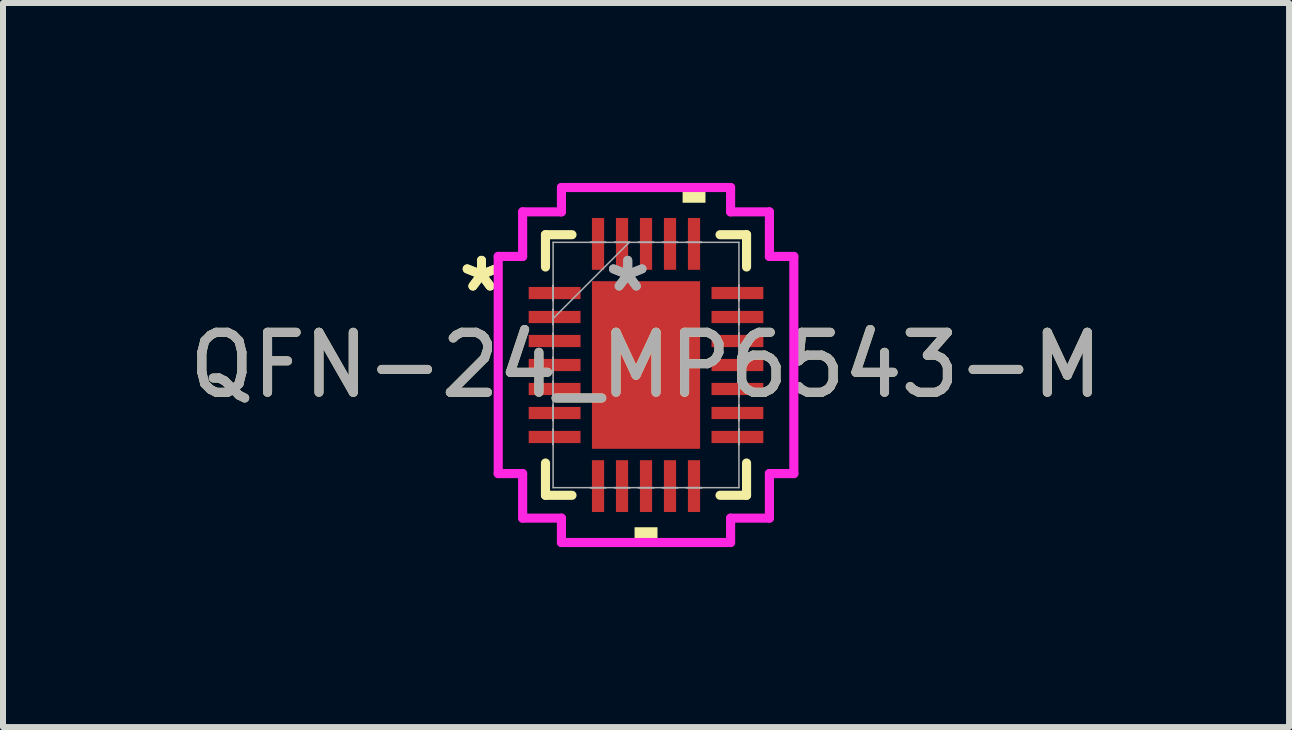
<source format=kicad_pcb>
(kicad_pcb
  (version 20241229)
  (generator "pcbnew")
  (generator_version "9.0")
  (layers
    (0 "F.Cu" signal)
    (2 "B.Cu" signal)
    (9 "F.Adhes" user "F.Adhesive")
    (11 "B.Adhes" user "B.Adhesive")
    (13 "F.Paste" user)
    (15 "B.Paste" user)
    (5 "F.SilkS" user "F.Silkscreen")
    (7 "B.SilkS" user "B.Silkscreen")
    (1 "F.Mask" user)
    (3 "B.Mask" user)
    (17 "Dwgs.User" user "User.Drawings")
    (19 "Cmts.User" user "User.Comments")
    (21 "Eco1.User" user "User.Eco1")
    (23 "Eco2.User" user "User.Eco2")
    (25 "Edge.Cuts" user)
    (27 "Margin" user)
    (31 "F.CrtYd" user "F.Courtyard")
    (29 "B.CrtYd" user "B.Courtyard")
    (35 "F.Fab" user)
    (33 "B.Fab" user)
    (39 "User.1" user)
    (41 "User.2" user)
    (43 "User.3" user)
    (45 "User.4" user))
  (footprint "QFN-24_MP6543-M"
    (layer "F.Cu")
    (at 7.72 3.035)
    (property "Reference" "QFN-24_MP6543-M" (at 0 0 0) (unlocked yes) (layer "F.SilkS") (effects (font (size 1 1) (thickness 0.15))))
    (attr smd)
    (fp_line (start -1.676 -2.172) (end -1.676 -1.634) (stroke (width 0.152) (type solid)) (layer "F.SilkS"))
    (fp_line (start -1.676 1.634) (end -1.676 2.172) (stroke (width 0.152) (type solid)) (layer "F.SilkS"))
    (fp_line (start -1.676 2.172) (end -1.234 2.172) (stroke (width 0.152) (type solid)) (layer "F.SilkS"))
    (fp_line (start -1.234 -2.172) (end -1.676 -2.172) (stroke (width 0.152) (type solid)) (layer "F.SilkS"))
    (fp_line (start 1.234 2.172) (end 1.676 2.172) (stroke (width 0.152) (type solid)) (layer "F.SilkS"))
    (fp_line (start 1.676 -2.172) (end 1.234 -2.172) (stroke (width 0.152) (type solid)) (layer "F.SilkS"))
    (fp_line (start 1.676 -1.634) (end 1.676 -2.172) (stroke (width 0.152) (type solid)) (layer "F.SilkS"))
    (fp_line (start 1.676 2.172) (end 1.676 1.634) (stroke (width 0.152) (type solid)) (layer "F.SilkS"))
    (fp_poly (pts (xy -0.191 2.705) (xy -0.191 2.959) (xy 0.191 2.959) (xy 0.191 2.705)) (stroke (width 0) (type solid)) (fill yes) (layer "F.SilkS"))
    (fp_poly (pts (xy 0.61 -2.705) (xy 0.61 -2.959) (xy 0.991 -2.959) (xy 0.991 -2.705)) (stroke (width 0) (type solid)) (fill yes) (layer "F.SilkS"))
    (fp_line (start -2.464 -1.81) (end -2.057 -1.81) (stroke (width 0.152) (type solid)) (layer "F.CrtYd"))
    (fp_line (start -2.464 1.81) (end -2.464 -1.81) (stroke (width 0.152) (type solid)) (layer "F.CrtYd"))
    (fp_line (start -2.057 -2.553) (end -1.41 -2.553) (stroke (width 0.152) (type solid)) (layer "F.CrtYd"))
    (fp_line (start -2.057 -1.81) (end -2.057 -2.553) (stroke (width 0.152) (type solid)) (layer "F.CrtYd"))
    (fp_line (start -2.057 1.81) (end -2.464 1.81) (stroke (width 0.152) (type solid)) (layer "F.CrtYd"))
    (fp_line (start -2.057 2.553) (end -2.057 1.81) (stroke (width 0.152) (type solid)) (layer "F.CrtYd"))
    (fp_line (start -1.41 -2.959) (end 1.41 -2.959) (stroke (width 0.152) (type solid)) (layer "F.CrtYd"))
    (fp_line (start -1.41 -2.553) (end -1.41 -2.959) (stroke (width 0.152) (type solid)) (layer "F.CrtYd"))
    (fp_line (start -1.41 2.553) (end -2.057 2.553) (stroke (width 0.152) (type solid)) (layer "F.CrtYd"))
    (fp_line (start -1.41 2.959) (end -1.41 2.553) (stroke (width 0.152) (type solid)) (layer "F.CrtYd"))
    (fp_line (start 1.41 -2.959) (end 1.41 -2.553) (stroke (width 0.152) (type solid)) (layer "F.CrtYd"))
    (fp_line (start 1.41 -2.553) (end 2.057 -2.553) (stroke (width 0.152) (type solid)) (layer "F.CrtYd"))
    (fp_line (start 1.41 2.553) (end 1.41 2.959) (stroke (width 0.152) (type solid)) (layer "F.CrtYd"))
    (fp_line (start 1.41 2.959) (end -1.41 2.959) (stroke (width 0.152) (type solid)) (layer "F.CrtYd"))
    (fp_line (start 2.057 -2.553) (end 2.057 -1.81) (stroke (width 0.152) (type solid)) (layer "F.CrtYd"))
    (fp_line (start 2.057 -1.81) (end 2.464 -1.81) (stroke (width 0.152) (type solid)) (layer "F.CrtYd"))
    (fp_line (start 2.057 1.81) (end 2.057 2.553) (stroke (width 0.152) (type solid)) (layer "F.CrtYd"))
    (fp_line (start 2.057 2.553) (end 1.41 2.553) (stroke (width 0.152) (type solid)) (layer "F.CrtYd"))
    (fp_line (start 2.464 -1.81) (end 2.464 1.81) (stroke (width 0.152) (type solid)) (layer "F.CrtYd"))
    (fp_line (start 2.464 1.81) (end 2.057 1.81) (stroke (width 0.152) (type solid)) (layer "F.CrtYd"))
    (fp_line (start -1.549 -2.045) (end -1.549 2.045) (stroke (width 0.025) (type solid)) (layer "F.Fab"))
    (fp_line (start -1.549 -1.327) (end -1.549 -1.327) (stroke (width 0.025) (type solid)) (layer "F.Fab"))
    (fp_line (start -1.549 -1.327) (end -1.549 -1.073) (stroke (width 0.025) (type solid)) (layer "F.Fab"))
    (fp_line (start -1.549 -1.073) (end -1.549 -1.327) (stroke (width 0.025) (type solid)) (layer "F.Fab"))
    (fp_line (start -1.549 -1.073) (end -1.549 -1.073) (stroke (width 0.025) (type solid)) (layer "F.Fab"))
    (fp_line (start -1.549 -0.927) (end -1.549 -0.927) (stroke (width 0.025) (type solid)) (layer "F.Fab"))
    (fp_line (start -1.549 -0.927) (end -1.549 -0.673) (stroke (width 0.025) (type solid)) (layer "F.Fab"))
    (fp_line (start -1.549 -0.775) (end -0.279 -2.045) (stroke (width 0.025) (type solid)) (layer "F.Fab"))
    (fp_line (start -1.549 -0.673) (end -1.549 -0.927) (stroke (width 0.025) (type solid)) (layer "F.Fab"))
    (fp_line (start -1.549 -0.673) (end -1.549 -0.673) (stroke (width 0.025) (type solid)) (layer "F.Fab"))
    (fp_line (start -1.549 -0.527) (end -1.549 -0.527) (stroke (width 0.025) (type solid)) (layer "F.Fab"))
    (fp_line (start -1.549 -0.527) (end -1.549 -0.273) (stroke (width 0.025) (type solid)) (layer "F.Fab"))
    (fp_line (start -1.549 -0.273) (end -1.549 -0.527) (stroke (width 0.025) (type solid)) (layer "F.Fab"))
    (fp_line (start -1.549 -0.273) (end -1.549 -0.273) (stroke (width 0.025) (type solid)) (layer "F.Fab"))
    (fp_line (start -1.549 -0.127) (end -1.549 -0.127) (stroke (width 0.025) (type solid)) (layer "F.Fab"))
    (fp_line (start -1.549 -0.127) (end -1.549 0.127) (stroke (width 0.025) (type solid)) (layer "F.Fab"))
    (fp_line (start -1.549 0.127) (end -1.549 -0.127) (stroke (width 0.025) (type solid)) (layer "F.Fab"))
    (fp_line (start -1.549 0.127) (end -1.549 0.127) (stroke (width 0.025) (type solid)) (layer "F.Fab"))
    (fp_line (start -1.549 0.273) (end -1.549 0.273) (stroke (width 0.025) (type solid)) (layer "F.Fab"))
    (fp_line (start -1.549 0.273) (end -1.549 0.527) (stroke (width 0.025) (type solid)) (layer "F.Fab"))
    (fp_line (start -1.549 0.527) (end -1.549 0.273) (stroke (width 0.025) (type solid)) (layer "F.Fab"))
    (fp_line (start -1.549 0.527) (end -1.549 0.527) (stroke (width 0.025) (type solid)) (layer "F.Fab"))
    (fp_line (start -1.549 0.673) (end -1.549 0.673) (stroke (width 0.025) (type solid)) (layer "F.Fab"))
    (fp_line (start -1.549 0.673) (end -1.549 0.927) (stroke (width 0.025) (type solid)) (layer "F.Fab"))
    (fp_line (start -1.549 0.927) (end -1.549 0.673) (stroke (width 0.025) (type solid)) (layer "F.Fab"))
    (fp_line (start -1.549 0.927) (end -1.549 0.927) (stroke (width 0.025) (type solid)) (layer "F.Fab"))
    (fp_line (start -1.549 1.073) (end -1.549 1.073) (stroke (width 0.025) (type solid)) (layer "F.Fab"))
    (fp_line (start -1.549 1.073) (end -1.549 1.327) (stroke (width 0.025) (type solid)) (layer "F.Fab"))
    (fp_line (start -1.549 1.327) (end -1.549 1.073) (stroke (width 0.025) (type solid)) (layer "F.Fab"))
    (fp_line (start -1.549 1.327) (end -1.549 1.327) (stroke (width 0.025) (type solid)) (layer "F.Fab"))
    (fp_line (start -1.549 2.045) (end 1.549 2.045) (stroke (width 0.025) (type solid)) (layer "F.Fab"))
    (fp_line (start -0.927 -2.045) (end -0.927 -2.045) (stroke (width 0.025) (type solid)) (layer "F.Fab"))
    (fp_line (start -0.927 -2.045) (end -0.673 -2.045) (stroke (width 0.025) (type solid)) (layer "F.Fab"))
    (fp_line (start -0.927 2.045) (end -0.927 2.045) (stroke (width 0.025) (type solid)) (layer "F.Fab"))
    (fp_line (start -0.927 2.045) (end -0.673 2.045) (stroke (width 0.025) (type solid)) (layer "F.Fab"))
    (fp_line (start -0.673 -2.045) (end -0.927 -2.045) (stroke (width 0.025) (type solid)) (layer "F.Fab"))
    (fp_line (start -0.673 -2.045) (end -0.673 -2.045) (stroke (width 0.025) (type solid)) (layer "F.Fab"))
    (fp_line (start -0.673 2.045) (end -0.927 2.045) (stroke (width 0.025) (type solid)) (layer "F.Fab"))
    (fp_line (start -0.673 2.045) (end -0.673 2.045) (stroke (width 0.025) (type solid)) (layer "F.Fab"))
    (fp_line (start -0.527 -2.045) (end -0.527 -2.045) (stroke (width 0.025) (type solid)) (layer "F.Fab"))
    (fp_line (start -0.527 -2.045) (end -0.273 -2.045) (stroke (width 0.025) (type solid)) (layer "F.Fab"))
    (fp_line (start -0.527 2.045) (end -0.527 2.045) (stroke (width 0.025) (type solid)) (layer "F.Fab"))
    (fp_line (start -0.527 2.045) (end -0.273 2.045) (stroke (width 0.025) (type solid)) (layer "F.Fab"))
    (fp_line (start -0.273 -2.045) (end -0.527 -2.045) (stroke (width 0.025) (type solid)) (layer "F.Fab"))
    (fp_line (start -0.273 -2.045) (end -0.273 -2.045) (stroke (width 0.025) (type solid)) (layer "F.Fab"))
    (fp_line (start -0.273 2.045) (end -0.527 2.045) (stroke (width 0.025) (type solid)) (layer "F.Fab"))
    (fp_line (start -0.273 2.045) (end -0.273 2.045) (stroke (width 0.025) (type solid)) (layer "F.Fab"))
    (fp_line (start -0.127 -2.045) (end -0.127 -2.045) (stroke (width 0.025) (type solid)) (layer "F.Fab"))
    (fp_line (start -0.127 -2.045) (end 0.127 -2.045) (stroke (width 0.025) (type solid)) (layer "F.Fab"))
    (fp_line (start -0.127 2.045) (end -0.127 2.045) (stroke (width 0.025) (type solid)) (layer "F.Fab"))
    (fp_line (start -0.127 2.045) (end 0.127 2.045) (stroke (width 0.025) (type solid)) (layer "F.Fab"))
    (fp_line (start 0.127 -2.045) (end -0.127 -2.045) (stroke (width 0.025) (type solid)) (layer "F.Fab"))
    (fp_line (start 0.127 -2.045) (end 0.127 -2.045) (stroke (width 0.025) (type solid)) (layer "F.Fab"))
    (fp_line (start 0.127 2.045) (end -0.127 2.045) (stroke (width 0.025) (type solid)) (layer "F.Fab"))
    (fp_line (start 0.127 2.045) (end 0.127 2.045) (stroke (width 0.025) (type solid)) (layer "F.Fab"))
    (fp_line (start 0.273 -2.045) (end 0.273 -2.045) (stroke (width 0.025) (type solid)) (layer "F.Fab"))
    (fp_line (start 0.273 -2.045) (end 0.527 -2.045) (stroke (width 0.025) (type solid)) (layer "F.Fab"))
    (fp_line (start 0.273 2.045) (end 0.273 2.045) (stroke (width 0.025) (type solid)) (layer "F.Fab"))
    (fp_line (start 0.273 2.045) (end 0.527 2.045) (stroke (width 0.025) (type solid)) (layer "F.Fab"))
    (fp_line (start 0.527 -2.045) (end 0.273 -2.045) (stroke (width 0.025) (type solid)) (layer "F.Fab"))
    (fp_line (start 0.527 -2.045) (end 0.527 -2.045) (stroke (width 0.025) (type solid)) (layer "F.Fab"))
    (fp_line (start 0.527 2.045) (end 0.273 2.045) (stroke (width 0.025) (type solid)) (layer "F.Fab"))
    (fp_line (start 0.527 2.045) (end 0.527 2.045) (stroke (width 0.025) (type solid)) (layer "F.Fab"))
    (fp_line (start 0.673 -2.045) (end 0.673 -2.045) (stroke (width 0.025) (type solid)) (layer "F.Fab"))
    (fp_line (start 0.673 -2.045) (end 0.927 -2.045) (stroke (width 0.025) (type solid)) (layer "F.Fab"))
    (fp_line (start 0.673 2.045) (end 0.673 2.045) (stroke (width 0.025) (type solid)) (layer "F.Fab"))
    (fp_line (start 0.673 2.045) (end 0.927 2.045) (stroke (width 0.025) (type solid)) (layer "F.Fab"))
    (fp_line (start 0.927 -2.045) (end 0.673 -2.045) (stroke (width 0.025) (type solid)) (layer "F.Fab"))
    (fp_line (start 0.927 -2.045) (end 0.927 -2.045) (stroke (width 0.025) (type solid)) (layer "F.Fab"))
    (fp_line (start 0.927 2.045) (end 0.673 2.045) (stroke (width 0.025) (type solid)) (layer "F.Fab"))
    (fp_line (start 0.927 2.045) (end 0.927 2.045) (stroke (width 0.025) (type solid)) (layer "F.Fab"))
    (fp_line (start 1.549 -2.045) (end -1.549 -2.045) (stroke (width 0.025) (type solid)) (layer "F.Fab"))
    (fp_line (start 1.549 -1.327) (end 1.549 -1.327) (stroke (width 0.025) (type solid)) (layer "F.Fab"))
    (fp_line (start 1.549 -1.327) (end 1.549 -1.073) (stroke (width 0.025) (type solid)) (layer "F.Fab"))
    (fp_line (start 1.549 -1.073) (end 1.549 -1.327) (stroke (width 0.025) (type solid)) (layer "F.Fab"))
    (fp_line (start 1.549 -1.073) (end 1.549 -1.073) (stroke (width 0.025) (type solid)) (layer "F.Fab"))
    (fp_line (start 1.549 -0.927) (end 1.549 -0.927) (stroke (width 0.025) (type solid)) (layer "F.Fab"))
    (fp_line (start 1.549 -0.927) (end 1.549 -0.673) (stroke (width 0.025) (type solid)) (layer "F.Fab"))
    (fp_line (start 1.549 -0.673) (end 1.549 -0.927) (stroke (width 0.025) (type solid)) (layer "F.Fab"))
    (fp_line (start 1.549 -0.673) (end 1.549 -0.673) (stroke (width 0.025) (type solid)) (layer "F.Fab"))
    (fp_line (start 1.549 -0.527) (end 1.549 -0.527) (stroke (width 0.025) (type solid)) (layer "F.Fab"))
    (fp_line (start 1.549 -0.527) (end 1.549 -0.273) (stroke (width 0.025) (type solid)) (layer "F.Fab"))
    (fp_line (start 1.549 -0.273) (end 1.549 -0.527) (stroke (width 0.025) (type solid)) (layer "F.Fab"))
    (fp_line (start 1.549 -0.273) (end 1.549 -0.273) (stroke (width 0.025) (type solid)) (layer "F.Fab"))
    (fp_line (start 1.549 -0.127) (end 1.549 -0.127) (stroke (width 0.025) (type solid)) (layer "F.Fab"))
    (fp_line (start 1.549 -0.127) (end 1.549 0.127) (stroke (width 0.025) (type solid)) (layer "F.Fab"))
    (fp_line (start 1.549 0.127) (end 1.549 -0.127) (stroke (width 0.025) (type solid)) (layer "F.Fab"))
    (fp_line (start 1.549 0.127) (end 1.549 0.127) (stroke (width 0.025) (type solid)) (layer "F.Fab"))
    (fp_line (start 1.549 0.273) (end 1.549 0.273) (stroke (width 0.025) (type solid)) (layer "F.Fab"))
    (fp_line (start 1.549 0.273) (end 1.549 0.527) (stroke (width 0.025) (type solid)) (layer "F.Fab"))
    (fp_line (start 1.549 0.527) (end 1.549 0.273) (stroke (width 0.025) (type solid)) (layer "F.Fab"))
    (fp_line (start 1.549 0.527) (end 1.549 0.527) (stroke (width 0.025) (type solid)) (layer "F.Fab"))
    (fp_line (start 1.549 0.673) (end 1.549 0.673) (stroke (width 0.025) (type solid)) (layer "F.Fab"))
    (fp_line (start 1.549 0.673) (end 1.549 0.927) (stroke (width 0.025) (type solid)) (layer "F.Fab"))
    (fp_line (start 1.549 0.927) (end 1.549 0.673) (stroke (width 0.025) (type solid)) (layer "F.Fab"))
    (fp_line (start 1.549 0.927) (end 1.549 0.927) (stroke (width 0.025) (type solid)) (layer "F.Fab"))
    (fp_line (start 1.549 1.073) (end 1.549 1.073) (stroke (width 0.025) (type solid)) (layer "F.Fab"))
    (fp_line (start 1.549 1.073) (end 1.549 1.327) (stroke (width 0.025) (type solid)) (layer "F.Fab"))
    (fp_line (start 1.549 1.327) (end 1.549 1.073) (stroke (width 0.025) (type solid)) (layer "F.Fab"))
    (fp_line (start 1.549 1.327) (end 1.549 1.327) (stroke (width 0.025) (type solid)) (layer "F.Fab"))
    (fp_line (start 1.549 2.045) (end 1.549 -2.045) (stroke (width 0.025) (type solid)) (layer "F.Fab"))
    (fp_text user "*" (at -2.743 -1.2 0) (unlocked yes) (layer "F.SilkS") (effects (font (size 1 1) (thickness 0.15))))
    (fp_text user "*" (at -2.743 -1.2 0) (layer "F.SilkS") (effects (font (size 1 1) (thickness 0.15))))
    (fp_text user "*" (at -0.305 -1.2 0) (unlocked yes) (layer "F.Fab") (effects (font (size 1 1) (thickness 0.15))))
    (fp_text user "*" (at -0.305 -1.2 0) (layer "F.Fab") (effects (font (size 1 1) (thickness 0.15))))
    (fp_text user "${REFERENCE}" (at 0 0 0) (unlocked yes) (layer "F.Fab") (effects (font (size 1 1) (thickness 0.15))))
    (pad "1" smd rect (at -1.524 -1.2 90) (size 0.203 0.864) (layers "F.Cu" "F.Mask" "F.Paste"))
    (pad "2" smd rect (at -1.524 -0.8 90) (size 0.203 0.864) (layers "F.Cu" "F.Mask" "F.Paste"))
    (pad "3" smd rect (at -1.524 -0.4 90) (size 0.203 0.864) (layers "F.Cu" "F.Mask" "F.Paste"))
    (pad "4" smd rect (at -1.524 0 90) (size 0.203 0.864) (layers "F.Cu" "F.Mask" "F.Paste"))
    (pad "5" smd rect (at -1.524 0.4 90) (size 0.203 0.864) (layers "F.Cu" "F.Mask" "F.Paste"))
    (pad "6" smd rect (at -1.524 0.8 90) (size 0.203 0.864) (layers "F.Cu" "F.Mask" "F.Paste"))
    (pad "7" smd rect (at -1.524 1.2 90) (size 0.203 0.864) (layers "F.Cu" "F.Mask" "F.Paste"))
    (pad "8" smd rect (at -0.8 2.019) (size 0.203 0.864) (layers "F.Cu" "F.Mask" "F.Paste"))
    (pad "9" smd rect (at -0.4 2.019) (size 0.203 0.864) (layers "F.Cu" "F.Mask" "F.Paste"))
    (pad "10" smd rect (at 0 2.019) (size 0.203 0.864) (layers "F.Cu" "F.Mask" "F.Paste"))
    (pad "11" smd rect (at 0.4 2.019) (size 0.203 0.864) (layers "F.Cu" "F.Mask" "F.Paste"))
    (pad "12" smd rect (at 0.8 2.019) (size 0.203 0.864) (layers "F.Cu" "F.Mask" "F.Paste"))
    (pad "13" smd rect (at 1.524 1.2 90) (size 0.203 0.864) (layers "F.Cu" "F.Mask" "F.Paste"))
    (pad "14" smd rect (at 1.524 0.8 90) (size 0.203 0.864) (layers "F.Cu" "F.Mask" "F.Paste"))
    (pad "15" smd rect (at 1.524 0.4 90) (size 0.203 0.864) (layers "F.Cu" "F.Mask" "F.Paste"))
    (pad "16" smd rect (at 1.524 0 90) (size 0.203 0.864) (layers "F.Cu" "F.Mask" "F.Paste"))
    (pad "17" smd rect (at 1.524 -0.4 90) (size 0.203 0.864) (layers "F.Cu" "F.Mask" "F.Paste"))
    (pad "18" smd rect (at 1.524 -0.8 90) (size 0.203 0.864) (layers "F.Cu" "F.Mask" "F.Paste"))
    (pad "19" smd rect (at 1.524 -1.2 90) (size 0.203 0.864) (layers "F.Cu" "F.Mask" "F.Paste"))
    (pad "20" smd rect (at 0.8 -2.019) (size 0.203 0.864) (layers "F.Cu" "F.Mask" "F.Paste"))
    (pad "21" smd rect (at 0.4 -2.019) (size 0.203 0.864) (layers "F.Cu" "F.Mask" "F.Paste"))
    (pad "22" smd rect (at 0 -2.019) (size 0.203 0.864) (layers "F.Cu" "F.Mask" "F.Paste"))
    (pad "23" smd rect (at -0.4 -2.019) (size 0.203 0.864) (layers "F.Cu" "F.Mask" "F.Paste"))
    (pad "24" smd rect (at -0.8 -2.019) (size 0.203 0.864) (layers "F.Cu" "F.Mask" "F.Paste"))
    (pad "25" smd rect (at 0 0) (size 1.803 2.794) (layers "F.Cu" "F.Mask" "F.Paste")))
  (gr_rect
    (start -3 -3)
    (end 18.44 9.071)
    (stroke (width 0.1) (type default))
    (fill no)
    (layer "Edge.Cuts")))
</source>
